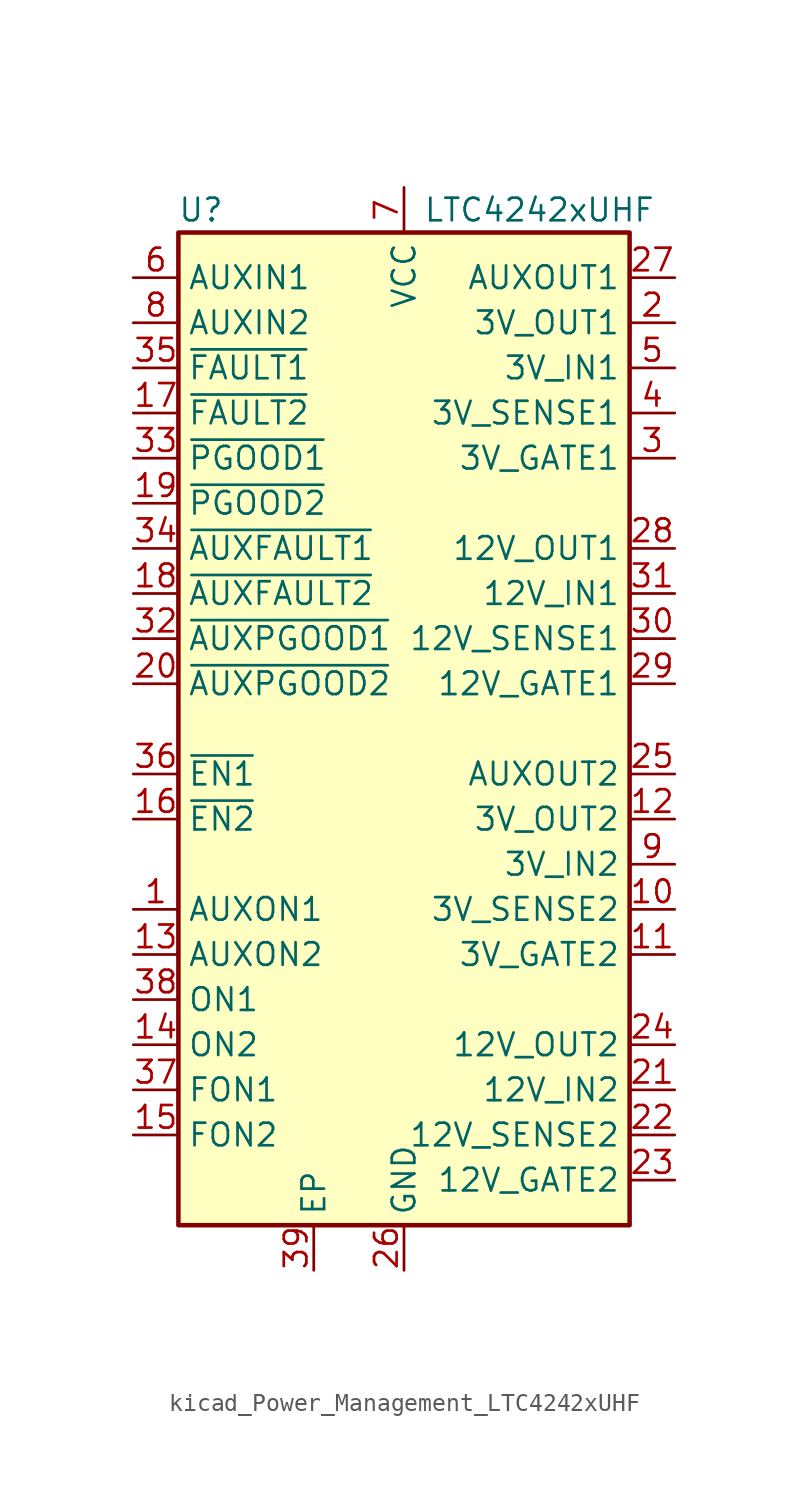
<source format=kicad_sym>
(kicad_symbol_lib
  (version 20220914)
  (generator kicad_symbol_editor)
  (symbol "kicad_Power_Management_LTC4242xUHF"
    (property "Reference" "U"
      (at -11.43 29.21 0)
      (effects (font (size 1.27 1.27))))
    (property "Value" "LTC4242xUHF"
      (at 7.62 29.21 0)
      (effects (font (size 1.27 1.27))))
    (symbol "kicad_Power_Management_LTC4242xUHF_0_1"
      (rectangle (start -12.7 27.94) (end 12.7 -27.94) (stroke (width 0.254) (type default)) (fill (type background))))
    (symbol "kicad_Power_Management_LTC4242xUHF_1_1"
      (pin input line (at -15.24 -10.16 0) (length 2.54) (name "AUXON1" (effects (font (size 1.27 1.27)))) (number "1" (effects (font (size 1.27 1.27)))))
      (pin input line (at 15.24 -10.16 180) (length 2.54) (name "3V_SENSE2" (effects (font (size 1.27 1.27)))) (number "10" (effects (font (size 1.27 1.27)))))
      (pin output line (at 15.24 -12.7 180) (length 2.54) (name "3V_GATE2" (effects (font (size 1.27 1.27)))) (number "11" (effects (font (size 1.27 1.27)))))
      (pin open_collector line (at 15.24 -5.08 180) (length 2.54) (name "3V_OUT2" (effects (font (size 1.27 1.27)))) (number "12" (effects (font (size 1.27 1.27)))))
      (pin input line (at -15.24 -12.7 0) (length 2.54) (name "AUXON2" (effects (font (size 1.27 1.27)))) (number "13" (effects (font (size 1.27 1.27)))))
      (pin input line (at -15.24 -17.78 0) (length 2.54) (name "ON2" (effects (font (size 1.27 1.27)))) (number "14" (effects (font (size 1.27 1.27)))))
      (pin input line (at -15.24 -22.86 0) (length 2.54) (name "FON2" (effects (font (size 1.27 1.27)))) (number "15" (effects (font (size 1.27 1.27)))))
      (pin input line (at -15.24 -5.08 0) (length 2.54) (name "~{EN2}" (effects (font (size 1.27 1.27)))) (number "16" (effects (font (size 1.27 1.27)))))
      (pin open_collector line (at -15.24 17.78 0) (length 2.54) (name "~{FAULT2}" (effects (font (size 1.27 1.27)))) (number "17" (effects (font (size 1.27 1.27)))))
      (pin open_collector line (at -15.24 7.62 0) (length 2.54) (name "~{AUXFAULT2}" (effects (font (size 1.27 1.27)))) (number "18" (effects (font (size 1.27 1.27)))))
      (pin open_collector line (at -15.24 12.7 0) (length 2.54) (name "~{PGOOD2}" (effects (font (size 1.27 1.27)))) (number "19" (effects (font (size 1.27 1.27)))))
      (pin open_collector line (at 15.24 22.86 180) (length 2.54) (name "3V_OUT1" (effects (font (size 1.27 1.27)))) (number "2" (effects (font (size 1.27 1.27)))))
      (pin open_collector line (at -15.24 2.54 0) (length 2.54) (name "~{AUXPGOOD2}" (effects (font (size 1.27 1.27)))) (number "20" (effects (font (size 1.27 1.27)))))
      (pin power_in line (at 15.24 -20.32 180) (length 2.54) (name "12V_IN2" (effects (font (size 1.27 1.27)))) (number "21" (effects (font (size 1.27 1.27)))))
      (pin input line (at 15.24 -22.86 180) (length 2.54) (name "12V_SENSE2" (effects (font (size 1.27 1.27)))) (number "22" (effects (font (size 1.27 1.27)))))
      (pin output line (at 15.24 -25.4 180) (length 2.54) (name "12V_GATE2" (effects (font (size 1.27 1.27)))) (number "23" (effects (font (size 1.27 1.27)))))
      (pin open_collector line (at 15.24 -17.78 180) (length 2.54) (name "12V_OUT2" (effects (font (size 1.27 1.27)))) (number "24" (effects (font (size 1.27 1.27)))))
      (pin output line (at 15.24 -2.54 180) (length 2.54) (name "AUXOUT2" (effects (font (size 1.27 1.27)))) (number "25" (effects (font (size 1.27 1.27)))))
      (pin power_in line (at 0 -30.48 90) (length 2.54) (name "GND" (effects (font (size 1.27 1.27)))) (number "26" (effects (font (size 1.27 1.27)))))
      (pin output line (at 15.24 25.4 180) (length 2.54) (name "AUXOUT1" (effects (font (size 1.27 1.27)))) (number "27" (effects (font (size 1.27 1.27)))))
      (pin open_collector line (at 15.24 10.16 180) (length 2.54) (name "12V_OUT1" (effects (font (size 1.27 1.27)))) (number "28" (effects (font (size 1.27 1.27)))))
      (pin output line (at 15.24 2.54 180) (length 2.54) (name "12V_GATE1" (effects (font (size 1.27 1.27)))) (number "29" (effects (font (size 1.27 1.27)))))
      (pin output line (at 15.24 15.24 180) (length 2.54) (name "3V_GATE1" (effects (font (size 1.27 1.27)))) (number "3" (effects (font (size 1.27 1.27)))))
      (pin input line (at 15.24 5.08 180) (length 2.54) (name "12V_SENSE1" (effects (font (size 1.27 1.27)))) (number "30" (effects (font (size 1.27 1.27)))))
      (pin power_in line (at 15.24 7.62 180) (length 2.54) (name "12V_IN1" (effects (font (size 1.27 1.27)))) (number "31" (effects (font (size 1.27 1.27)))))
      (pin open_collector line (at -15.24 5.08 0) (length 2.54) (name "~{AUXPGOOD1}" (effects (font (size 1.27 1.27)))) (number "32" (effects (font (size 1.27 1.27)))))
      (pin open_collector line (at -15.24 15.24 0) (length 2.54) (name "~{PGOOD1}" (effects (font (size 1.27 1.27)))) (number "33" (effects (font (size 1.27 1.27)))))
      (pin open_collector line (at -15.24 10.16 0) (length 2.54) (name "~{AUXFAULT1}" (effects (font (size 1.27 1.27)))) (number "34" (effects (font (size 1.27 1.27)))))
      (pin open_collector line (at -15.24 20.32 0) (length 2.54) (name "~{FAULT1}" (effects (font (size 1.27 1.27)))) (number "35" (effects (font (size 1.27 1.27)))))
      (pin input line (at -15.24 -2.54 0) (length 2.54) (name "~{EN1}" (effects (font (size 1.27 1.27)))) (number "36" (effects (font (size 1.27 1.27)))))
      (pin input line (at -15.24 -20.32 0) (length 2.54) (name "FON1" (effects (font (size 1.27 1.27)))) (number "37" (effects (font (size 1.27 1.27)))))
      (pin input line (at -15.24 -15.24 0) (length 2.54) (name "ON1" (effects (font (size 1.27 1.27)))) (number "38" (effects (font (size 1.27 1.27)))))
      (pin power_in line (at -5.08 -30.48 90) (length 2.54) (name "EP" (effects (font (size 1.27 1.27)))) (number "39" (effects (font (size 1.27 1.27)))))
      (pin input line (at 15.24 17.78 180) (length 2.54) (name "3V_SENSE1" (effects (font (size 1.27 1.27)))) (number "4" (effects (font (size 1.27 1.27)))))
      (pin power_in line (at 15.24 20.32 180) (length 2.54) (name "3V_IN1" (effects (font (size 1.27 1.27)))) (number "5" (effects (font (size 1.27 1.27)))))
      (pin input line (at -15.24 25.4 0) (length 2.54) (name "AUXIN1" (effects (font (size 1.27 1.27)))) (number "6" (effects (font (size 1.27 1.27)))))
      (pin power_in line (at 0 30.48 270) (length 2.54) (name "VCC" (effects (font (size 1.27 1.27)))) (number "7" (effects (font (size 1.27 1.27)))))
      (pin input line (at -15.24 22.86 0) (length 2.54) (name "AUXIN2" (effects (font (size 1.27 1.27)))) (number "8" (effects (font (size 1.27 1.27)))))
      (pin power_in line (at 15.24 -7.62 180) (length 2.54) (name "3V_IN2" (effects (font (size 1.27 1.27)))) (number "9" (effects (font (size 1.27 1.27))))))))
</source>
